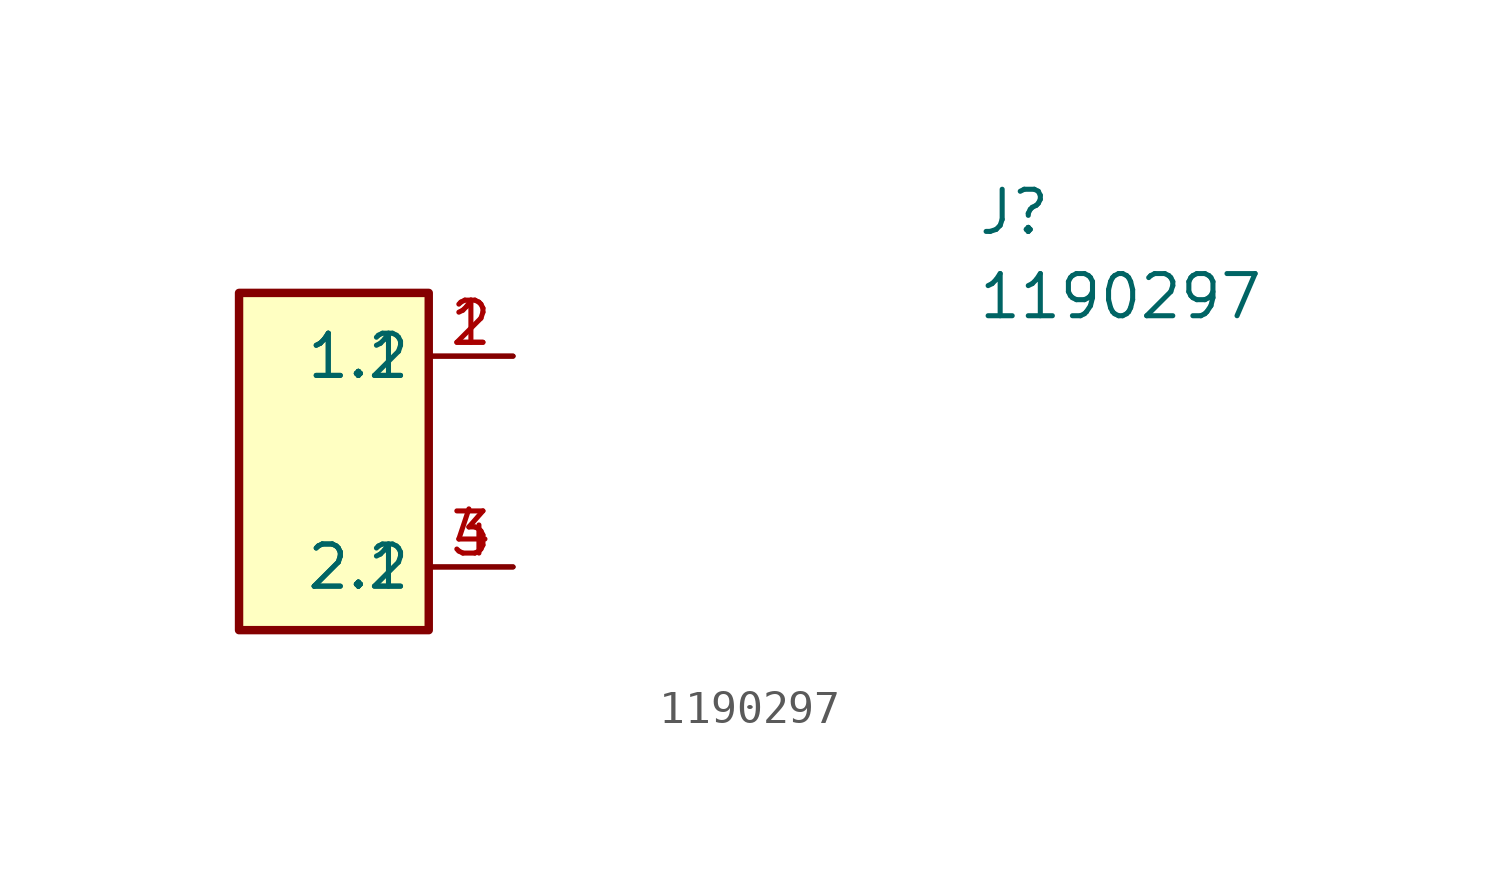
<source format=kicad_sym>
(kicad_symbol_lib
  (version 20231120)
  (generator "kicad_symbol_editor")
  (generator_version "8.0")
  (symbol "1190297"
    (property "Reference" "J"
      (at 21.59 7.62 0)
      (effects (font (size 1.27 1.27)) (justify left top)))
    (property "Value" "1190297"
      (at 21.59 5.08 0)
      (effects (font (size 1.27 1.27)) (justify left top)))
    (symbol "1190297_1_1"
      (rectangle (start -0.635 4.445) (end 5.08 -5.715) (stroke (width 0.254) (type default)) (fill (type background)))
      (pin passive line (at 7.62 2.54 180) (length 2.54) (name "1.1" (effects (font (size 1.27 1.27)))) (number "1" (effects (font (size 1.27 1.27)))))
      (pin passive line (at 7.62 2.54 180) (length 2.54) (name "1.2" (effects (font (size 1.27 1.27)))) (number "2" (effects (font (size 1.27 1.27)))))
      (pin passive line (at 7.62 -3.81 180) (length 2.54) (name "2.1" (effects (font (size 1.27 1.27)))) (number "3" (effects (font (size 1.27 1.27)))))
      (pin passive line (at 7.62 -3.81 180) (length 2.54) (name "2.2" (effects (font (size 1.27 1.27)))) (number "4" (effects (font (size 1.27 1.27))))))))
</source>
